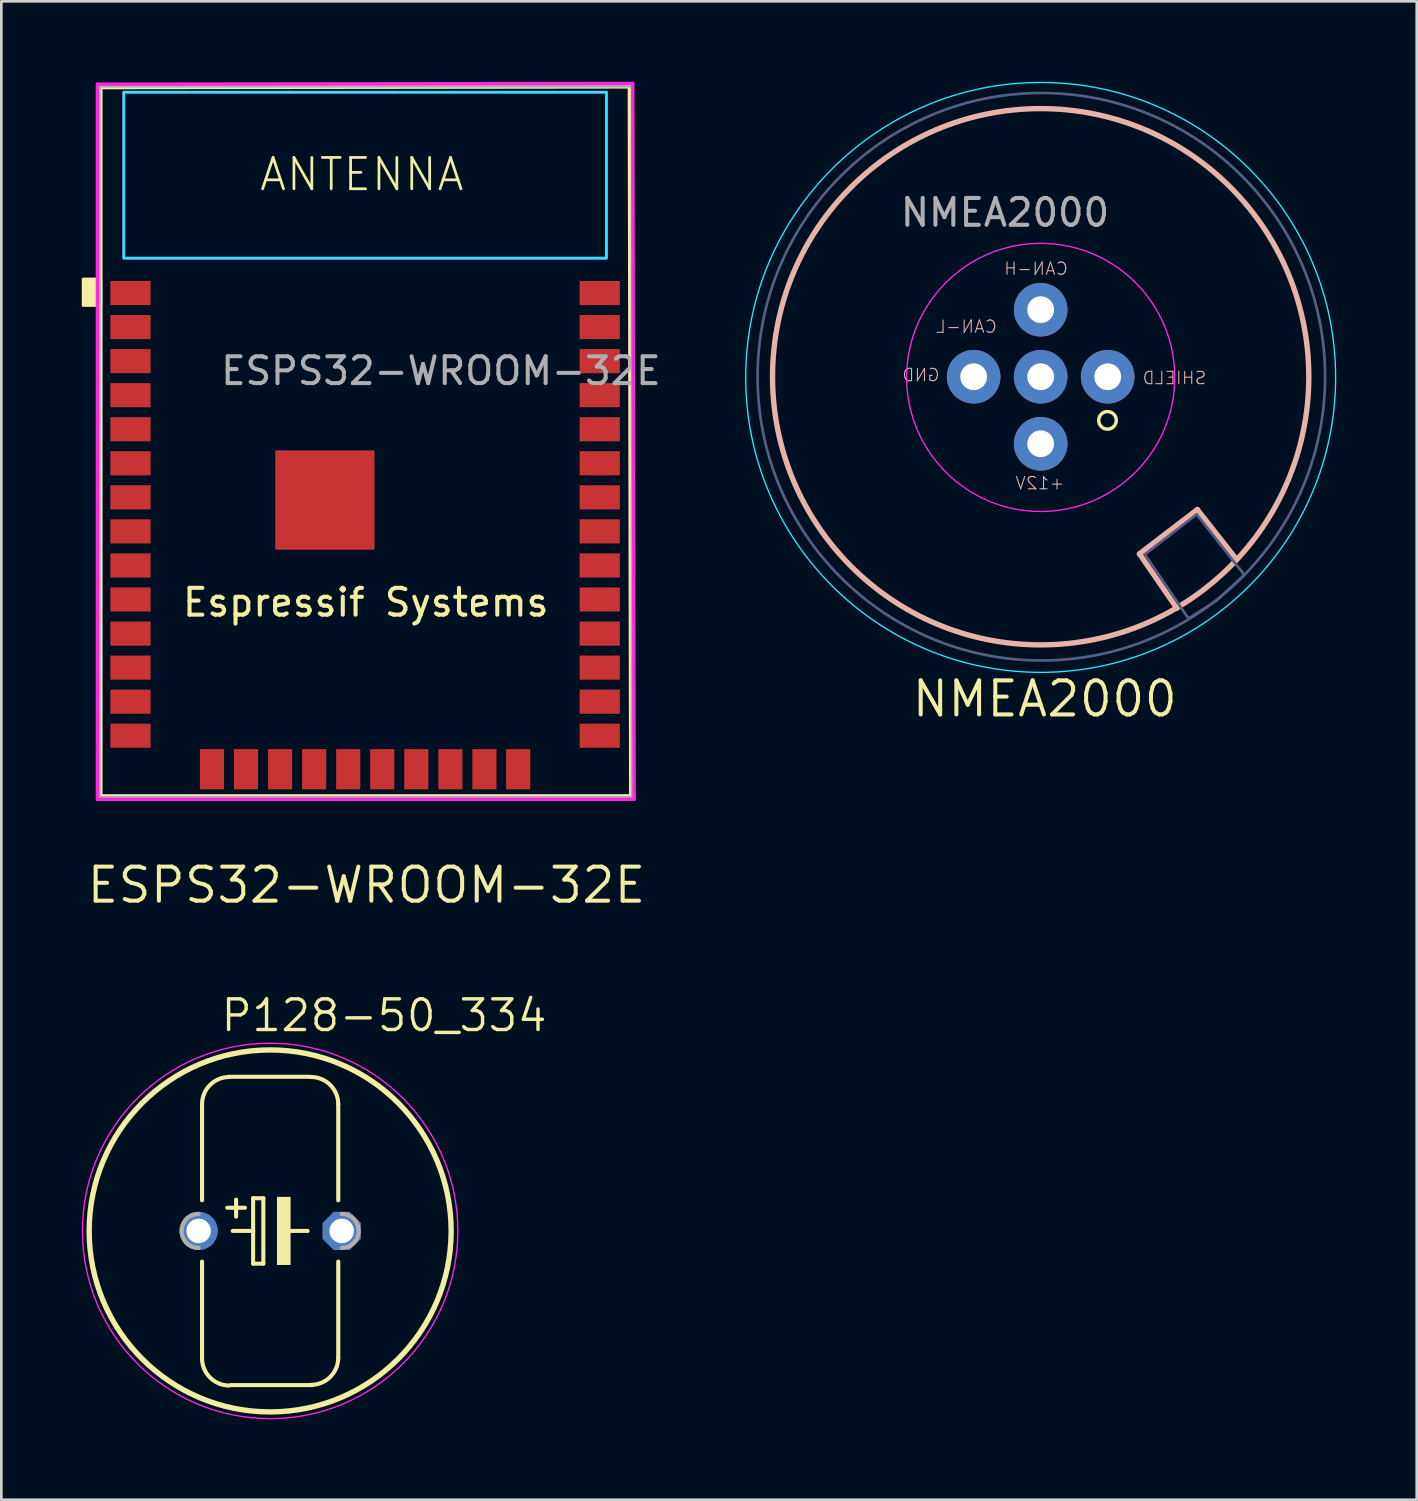
<source format=kicad_pcb>
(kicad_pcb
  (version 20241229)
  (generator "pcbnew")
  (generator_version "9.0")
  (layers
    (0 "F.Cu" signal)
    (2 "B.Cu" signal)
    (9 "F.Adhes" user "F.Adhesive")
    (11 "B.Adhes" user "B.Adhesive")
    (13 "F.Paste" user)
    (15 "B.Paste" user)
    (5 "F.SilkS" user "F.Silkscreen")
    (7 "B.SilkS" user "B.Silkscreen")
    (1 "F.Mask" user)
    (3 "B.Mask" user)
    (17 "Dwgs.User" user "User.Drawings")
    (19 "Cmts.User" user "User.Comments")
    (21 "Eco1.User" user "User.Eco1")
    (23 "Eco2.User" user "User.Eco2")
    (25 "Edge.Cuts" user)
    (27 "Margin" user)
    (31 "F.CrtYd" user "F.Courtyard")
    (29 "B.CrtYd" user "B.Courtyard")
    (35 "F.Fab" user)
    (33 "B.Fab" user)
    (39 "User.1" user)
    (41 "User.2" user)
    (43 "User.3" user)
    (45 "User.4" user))
  (footprint "P128-50_334"
    (layer "F.Cu")
    (at 7.025 42.856)
    (property "Reference" "P128-50_334" (at -1.905 -7.366 0) (unlocked yes) (layer "F.SilkS") (effects (font (size 1.143 1.143) (thickness 0.127)) (justify left bottom)))
    (fp_line (start -2.54 -4.724) (end -2.54 -1.143) (stroke (width 0.152) (type solid)) (layer "F.SilkS"))
    (fp_line (start -2.54 1.143) (end -2.54 4.75) (stroke (width 0.152) (type solid)) (layer "F.SilkS"))
    (fp_line (start -1.473 5.75) (end 1.575 5.75) (stroke (width 0.152) (type solid)) (layer "F.SilkS"))
    (fp_line (start -1.397 0) (end -0.635 0) (stroke (width 0.152) (type solid)) (layer "F.SilkS"))
    (fp_line (start -1.27 -1.168) (end -1.27 -0.533) (stroke (width 0.152) (type solid)) (layer "F.SilkS"))
    (fp_line (start -0.94 -0.864) (end -1.6 -0.864) (stroke (width 0.152) (type solid)) (layer "F.SilkS"))
    (fp_line (start -0.635 -1.219) (end -0.635 0) (stroke (width 0.152) (type solid)) (layer "F.SilkS"))
    (fp_line (start -0.635 0) (end -0.635 1.219) (stroke (width 0.152) (type solid)) (layer "F.SilkS"))
    (fp_line (start -0.635 1.219) (end -0.254 1.219) (stroke (width 0.152) (type solid)) (layer "F.SilkS"))
    (fp_line (start -0.254 -1.219) (end -0.635 -1.219) (stroke (width 0.152) (type solid)) (layer "F.SilkS"))
    (fp_line (start -0.254 1.219) (end -0.254 -1.219) (stroke (width 0.152) (type solid)) (layer "F.SilkS"))
    (fp_line (start 0.635 0) (end 1.397 0) (stroke (width 0.152) (type solid)) (layer "F.SilkS"))
    (fp_line (start 1.499 -5.75) (end -1.549 -5.75) (stroke (width 0.152) (type solid)) (layer "F.SilkS"))
    (fp_line (start 2.54 -4.724) (end 2.54 -1.143) (stroke (width 0.152) (type solid)) (layer "F.SilkS"))
    (fp_line (start 2.54 1.143) (end 2.54 4.724) (stroke (width 0.152) (type solid)) (layer "F.SilkS"))
    (fp_arc (start -2.540002 -4.724402) (mid -2.242422 -5.442822) (end -1.524002 -5.740402) (stroke (width 0.1524) (type solid)) (layer "F.SilkS"))
    (fp_arc (start -1.524 5.765802) (mid -2.24242 5.468222) (end -2.54 4.749802) (stroke (width 0.1524) (type solid)) (layer "F.SilkS"))
    (fp_arc (start 1.524 -5.7404) (mid 2.24242 -5.44282) (end 2.54 -4.7244) (stroke (width 0.1524) (type solid)) (layer "F.SilkS"))
    (fp_arc (start 2.54 4.7244) (mid 2.24242 5.44282) (end 1.524 5.7404) (stroke (width 0.1524) (type solid)) (layer "F.SilkS"))
    (fp_circle (center 0 0) (end 6.75 0) (stroke (width 0.2) (type solid)) (fill no) (layer "F.SilkS"))
    (fp_poly (pts (xy 0.254 1.27) (xy 0.762 1.27) (xy 0.762 -1.27) (xy 0.254 -1.27)) (stroke (width 0) (type default)) (fill yes) (layer "F.SilkS"))
    (fp_circle (center 0 0) (end 7 0) (stroke (width 0.05) (type solid)) (fill no) (layer "F.CrtYd"))
    (fp_arc (start -2.667 0.635) (mid -3.302 0) (end -2.667 -0.635) (stroke (width 0.1524) (type solid)) (layer "F.Fab"))
    (fp_arc (start 2.667 -0.635) (mid 3.302 0) (end 2.667 0.635) (stroke (width 0.1524) (type solid)) (layer "F.Fab"))
    (pad "+" thru_hole circle (at -2.667 0) (size 1.422 1.422) (drill 0.914) (layers "*.Cu" "*.Mask"))
    (pad "-" thru_hole roundrect (at 2.667 0) (size 1.422 1.422) (drill 0.914) (layers "*.Cu" "*.Mask") (roundrect_rratio 0.25) (chamfer_ratio 0.293) (chamfer top_left top_right bottom_left bottom_right)))
  (footprint "ESPS32-WROOM-32E"
    (layer "F.Cu")
    (at 10.566 16.218)
    (property "Reference" "ESPS32-WROOM-32E" (at 0.051 13.741 0) (layer "F.SilkS") (effects (font (size 1.27 1.27) (thickness 0.15))))
    (property "Mfr" "Espressif Systems" (at 0.025 3.2 0) (layer "F.SilkS") (effects (font (size 1 1) (thickness 0.152))))
    (fp_line (start -9.855 -16.002) (end 9.855 -16.027) (stroke (width 0.127) (type solid)) (layer "F.SilkS"))
    (fp_line (start -9.855 10.414) (end -9.855 -16.002) (stroke (width 0.127) (type solid)) (layer "F.SilkS"))
    (fp_line (start 9.855 -16.027) (end 9.906 10.414) (stroke (width 0.127) (type solid)) (layer "F.SilkS"))
    (fp_line (start 9.906 10.414) (end -9.855 10.414) (stroke (width 0.127) (type solid)) (layer "F.SilkS"))
    (fp_rect (start -10.516 -8.865) (end -9.855 -7.874) (stroke (width 0.1) (type solid)) (fill yes) (layer "F.SilkS"))
    (fp_poly (pts (xy -9 -9.64) (xy 9 -9.64) (xy 9 -15.83) (xy -9 -15.83)) (stroke (width 0.1) (type default)) (fill no) (layer "B.CrtYd"))
    (fp_line (start -9.982 -16.129) (end 9.982 -16.155) (stroke (width 0.127) (type solid)) (layer "F.CrtYd"))
    (fp_line (start -9.982 10.541) (end -9.982 -16.129) (stroke (width 0.127) (type solid)) (layer "F.CrtYd"))
    (fp_line (start 9.982 -16.154) (end 10.033 10.541) (stroke (width 0.127) (type solid)) (layer "F.CrtYd"))
    (fp_line (start 10.033 10.541) (end -9.982 10.541) (stroke (width 0.127) (type solid)) (layer "F.CrtYd"))
    (fp_poly (pts (xy -9 -9.64) (xy 9 -9.64) (xy 9 -15.83) (xy -9 -15.83)) (stroke (width 0.1) (type default)) (fill no) (layer "F.CrtYd"))
    (fp_rect (start -9.906 -16.053) (end 9.957 10.465) (stroke (width 0.1) (type default)) (fill no) (layer "F.Fab"))
    (fp_text user "ANTENNA" (at -4 -12.08 0) (unlocked yes) (layer "F.SilkS") (effects (font (size 1.168 1.168) (thickness 0.102)) (justify left bottom)))
    (fp_text user "${REFERENCE}" (at -5.461 -4.851 0) (unlocked yes) (layer "F.Fab") (effects (font (size 1 1) (thickness 0.15)) (justify left bottom)))
    (pad "1" smd rect (at -8.75 -8.34) (size 1.5 0.9) (layers "F.Cu" "F.Mask" "F.Paste"))
    (pad "2" smd rect (at -8.75 -7.07) (size 1.5 0.9) (layers "F.Cu" "F.Mask" "F.Paste"))
    (pad "3" smd rect (at -8.75 -5.8) (size 1.5 0.9) (layers "F.Cu" "F.Mask" "F.Paste"))
    (pad "4" smd rect (at -8.75 -4.53) (size 1.5 0.9) (layers "F.Cu" "F.Mask" "F.Paste"))
    (pad "5" smd rect (at -8.75 -3.26) (size 1.5 0.9) (layers "F.Cu" "F.Mask" "F.Paste"))
    (pad "6" smd rect (at -8.75 -1.99) (size 1.5 0.9) (layers "F.Cu" "F.Mask" "F.Paste"))
    (pad "7" smd rect (at -8.75 -0.72) (size 1.5 0.9) (layers "F.Cu" "F.Mask" "F.Paste"))
    (pad "8" smd rect (at -8.75 0.55) (size 1.5 0.9) (layers "F.Cu" "F.Mask" "F.Paste"))
    (pad "9" smd rect (at -8.75 1.82) (size 1.5 0.9) (layers "F.Cu" "F.Mask" "F.Paste"))
    (pad "10" smd rect (at -8.75 3.09) (size 1.5 0.9) (layers "F.Cu" "F.Mask" "F.Paste"))
    (pad "11" smd rect (at -8.75 4.36) (size 1.5 0.9) (layers "F.Cu" "F.Mask" "F.Paste"))
    (pad "12" smd rect (at -8.75 5.63) (size 1.5 0.9) (layers "F.Cu" "F.Mask" "F.Paste"))
    (pad "13" smd rect (at -8.75 6.9) (size 1.5 0.9) (layers "F.Cu" "F.Mask" "F.Paste"))
    (pad "14" smd rect (at -8.75 8.17) (size 1.5 0.9) (layers "F.Cu" "F.Mask" "F.Paste"))
    (pad "15" smd rect (at -5.71 9.42 90) (size 1.5 0.9) (layers "F.Cu" "F.Mask" "F.Paste"))
    (pad "16" smd rect (at -4.44 9.42 90) (size 1.5 0.9) (layers "F.Cu" "F.Mask" "F.Paste"))
    (pad "17" smd rect (at -3.17 9.42 90) (size 1.5 0.9) (layers "F.Cu" "F.Mask" "F.Paste"))
    (pad "18" smd rect (at -1.9 9.42 90) (size 1.5 0.9) (layers "F.Cu" "F.Mask" "F.Paste"))
    (pad "19" smd rect (at -0.63 9.42 90) (size 1.5 0.9) (layers "F.Cu" "F.Mask" "F.Paste"))
    (pad "20" smd rect (at 0.64 9.42 90) (size 1.5 0.9) (layers "F.Cu" "F.Mask" "F.Paste"))
    (pad "21" smd rect (at 1.91 9.42 90) (size 1.5 0.9) (layers "F.Cu" "F.Mask" "F.Paste"))
    (pad "22" smd rect (at 3.18 9.42 90) (size 1.5 0.9) (layers "F.Cu" "F.Mask" "F.Paste"))
    (pad "23" smd rect (at 4.45 9.42 90) (size 1.5 0.9) (layers "F.Cu" "F.Mask" "F.Paste"))
    (pad "24" smd rect (at 5.71 9.42 90) (size 1.5 0.9) (layers "F.Cu" "F.Mask" "F.Paste"))
    (pad "25" smd rect (at 8.75 8.17) (size 1.5 0.9) (layers "F.Cu" "F.Mask" "F.Paste"))
    (pad "26" smd rect (at 8.75 6.9) (size 1.5 0.9) (layers "F.Cu" "F.Mask" "F.Paste"))
    (pad "27" smd rect (at 8.75 5.63) (size 1.5 0.9) (layers "F.Cu" "F.Mask" "F.Paste"))
    (pad "28" smd rect (at 8.75 4.36) (size 1.5 0.9) (layers "F.Cu" "F.Mask" "F.Paste"))
    (pad "29" smd rect (at 8.75 3.09) (size 1.5 0.9) (layers "F.Cu" "F.Mask" "F.Paste"))
    (pad "30" smd rect (at 8.75 1.82) (size 1.5 0.9) (layers "F.Cu" "F.Mask" "F.Paste"))
    (pad "31" smd rect (at 8.75 0.55) (size 1.5 0.9) (layers "F.Cu" "F.Mask" "F.Paste"))
    (pad "32" smd rect (at 8.75 -0.72) (size 1.5 0.9) (layers "F.Cu" "F.Mask" "F.Paste"))
    (pad "33" smd rect (at 8.75 -1.99) (size 1.5 0.9) (layers "F.Cu" "F.Mask" "F.Paste"))
    (pad "34" smd rect (at 8.75 -3.26) (size 1.5 0.9) (layers "F.Cu" "F.Mask" "F.Paste"))
    (pad "35" smd rect (at 8.75 -4.53) (size 1.5 0.9) (layers "F.Cu" "F.Mask" "F.Paste"))
    (pad "36" smd rect (at 8.75 -5.8) (size 1.5 0.9) (layers "F.Cu" "F.Mask" "F.Paste"))
    (pad "37" smd rect (at 8.75 -7.07) (size 1.5 0.9) (layers "F.Cu" "F.Mask" "F.Paste"))
    (pad "38" smd rect (at 8.75 -8.34) (size 1.5 0.9) (layers "F.Cu" "F.Mask" "F.Paste"))
    (pad "THERM" smd rect (at -1.5 -0.62) (size 3.7 3.7) (layers "F.Cu" "F.Mask" "F.Paste")))
  (footprint "NMEA2000"
    (layer "F.Cu")
    (at 35.761 11)
    (property "Reference" "NMEA2000" (at 0.152 12.014 0) (layer "F.SilkS") (effects (font (size 1.27 1.27) (thickness 0.15))))
    (fp_circle (center 2.492 1.627) (end 2.82 1.627) (stroke (width 0.127) (type solid)) (fill no) (layer "F.SilkS"))
    (fp_line (start 3.683 6.604) (end 5.842 4.953) (stroke (width 0.2) (type solid)) (layer "B.SilkS"))
    (fp_line (start 5.08 8.636) (end 3.683 6.604) (stroke (width 0.2) (type solid)) (layer "B.SilkS"))
    (fp_line (start 5.842 4.953) (end 7.239 6.731) (stroke (width 0.2) (type solid)) (layer "B.SilkS"))
    (fp_circle (center 0 0) (end 10 0) (stroke (width 0.2) (type solid)) (fill no) (layer "B.SilkS"))
    (fp_circle (center 0 0.025) (end 11 0.025) (stroke (width 0.05) (type solid)) (fill no) (layer "B.CrtYd"))
    (fp_circle (center 0 0.025) (end 5 0.025) (stroke (width 0.05) (type solid)) (fill no) (layer "F.CrtYd"))
    (fp_circle (center 0.025 0) (end 10.135 3.124) (stroke (width 0.1) (type solid)) (fill no) (layer "B.Fab"))
    (fp_poly (pts (xy 4.013 6.528) (xy 5.817 5.131) (xy 7.595 7.391) (xy 6.553 8.357) (xy 5.512 9.017) (xy 3.886 6.629)) (stroke (width 0.1) (type solid)) (fill no) (layer "B.Fab"))
    (fp_text user "CAN-L" (at -1.6 -1.6 0) (unlocked yes) (layer "B.SilkS") (effects (font (size 0.46 0.46) (thickness 0.04)) (justify left bottom mirror)))
    (fp_text user "CAN-H" (at 1.048 -3.762 0) (unlocked yes) (layer "B.SilkS") (effects (font (size 0.46 0.46) (thickness 0.04)) (justify left bottom mirror)))
    (fp_text user "SHIELD" (at 6.207 0.317 0) (unlocked yes) (layer "B.SilkS") (effects (font (size 0.46 0.46) (thickness 0.04)) (justify left bottom mirror)))
    (fp_text user "GND" (at -3.738 0.206 0) (unlocked yes) (layer "B.SilkS") (effects (font (size 0.46 0.46) (thickness 0.04)) (justify left bottom mirror)))
    (fp_text user "+12V" (at 0.921 4.238 0) (unlocked yes) (layer "B.SilkS") (effects (font (size 0.46 0.46) (thickness 0.04)) (justify left bottom mirror)))
    (fp_text user "${REFERENCE}" (at -5.309 -5.537 0) (unlocked yes) (layer "F.Fab") (effects (font (size 1 1) (thickness 0.15)) (justify left bottom)))
    (pad "1" thru_hole circle (at 2.5 0 180) (size 2 2) (drill 1) (layers "*.Cu" "*.Mask"))
    (pad "2" thru_hole circle (at 0 2.5 90) (size 2 2) (drill 1) (layers "*.Cu" "*.Mask"))
    (pad "3" thru_hole circle (at -2.5 0) (size 2 2) (drill 1) (layers "*.Cu" "*.Mask"))
    (pad "4" thru_hole circle (at 0 -2.5 270) (size 2 2) (drill 1) (layers "*.Cu" "*.Mask"))
    (pad "5" thru_hole circle (at 0 0) (size 2 2) (drill 1) (layers "*.Cu" "*.Mask")))
  (gr_rect
    (start -3 -3)
    (end 49.786 52.881)
    (stroke (width 0.1) (type default))
    (fill no)
    (layer "Edge.Cuts")))
</source>
